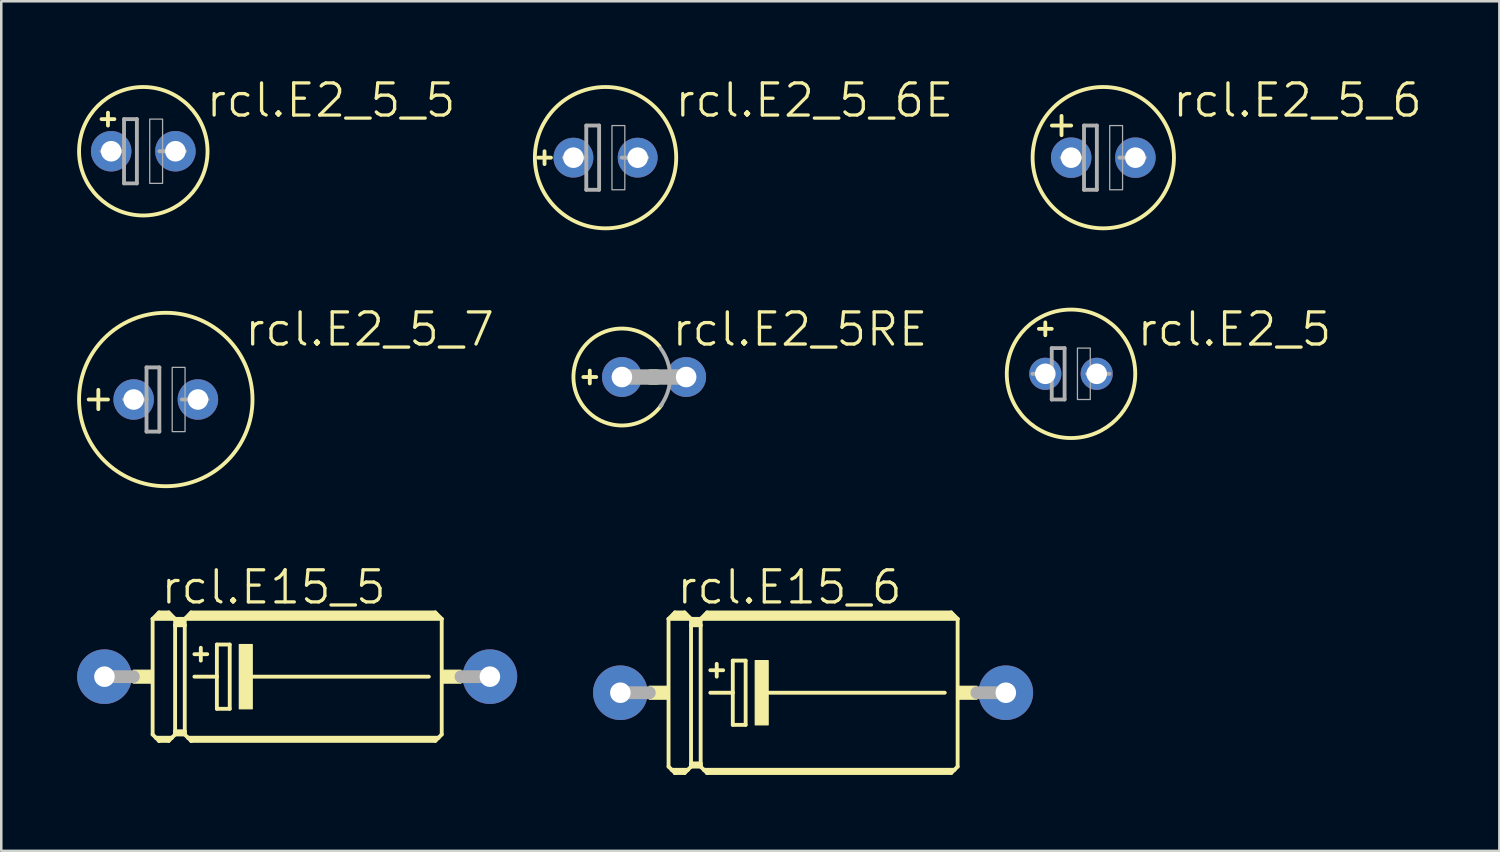
<source format=kicad_pcb>
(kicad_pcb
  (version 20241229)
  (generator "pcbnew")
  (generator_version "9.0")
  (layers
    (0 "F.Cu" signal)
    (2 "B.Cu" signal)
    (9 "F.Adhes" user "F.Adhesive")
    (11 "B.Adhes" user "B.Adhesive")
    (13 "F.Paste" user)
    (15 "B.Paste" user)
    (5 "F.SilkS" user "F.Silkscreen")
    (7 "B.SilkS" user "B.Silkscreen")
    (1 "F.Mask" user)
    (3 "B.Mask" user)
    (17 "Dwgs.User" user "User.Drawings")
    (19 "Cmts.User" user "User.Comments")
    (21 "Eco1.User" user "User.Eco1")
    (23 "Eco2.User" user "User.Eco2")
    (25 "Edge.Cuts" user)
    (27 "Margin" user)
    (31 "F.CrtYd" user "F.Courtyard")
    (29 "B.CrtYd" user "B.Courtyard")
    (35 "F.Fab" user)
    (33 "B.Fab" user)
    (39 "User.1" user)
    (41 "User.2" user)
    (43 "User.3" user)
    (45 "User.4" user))
  (footprint "rcl.E15_6"
    (layer "F.Cu")
    (at 29.099 24.34)
    (property "Reference" "rcl.E15_6" (at -5.461 -3.429 0) (layer "F.SilkS") (effects (font (size 1.27 1.27) (thickness 0.13)) (justify left bottom)))
    (attr through_hole)
    (fp_line (start -5.715 -2.921) (end -4.826 -2.921) (stroke (width 0.152) (type default)) (layer "F.SilkS"))
    (fp_line (start -5.715 2.921) (end -5.715 -2.921) (stroke (width 0.152) (type default)) (layer "F.SilkS"))
    (fp_line (start -5.715 2.921) (end -5.588 3.048) (stroke (width 0.152) (type default)) (layer "F.SilkS"))
    (fp_line (start -5.588 3.048) (end -5.461 3.175) (stroke (width 0.152) (type default)) (layer "F.SilkS"))
    (fp_line (start -5.588 3.048) (end -4.953 3.048) (stroke (width 0.152) (type default)) (layer "F.SilkS"))
    (fp_line (start -5.461 -3.175) (end -5.715 -2.921) (stroke (width 0.152) (type default)) (layer "F.SilkS"))
    (fp_line (start -5.461 -3.175) (end -5.08 -3.175) (stroke (width 0.152) (type default)) (layer "F.SilkS"))
    (fp_line (start -5.461 -3.048) (end -5.08 -3.048) (stroke (width 0.305) (type default)) (layer "F.SilkS"))
    (fp_line (start -5.461 3.124) (end -5.461 3.175) (stroke (width 0.152) (type default)) (layer "F.SilkS"))
    (fp_line (start -5.461 3.175) (end -5.08 3.175) (stroke (width 0.152) (type default)) (layer "F.SilkS"))
    (fp_line (start -5.08 -3.175) (end -4.826 -2.921) (stroke (width 0.152) (type default)) (layer "F.SilkS"))
    (fp_line (start -5.08 3.124) (end -5.461 3.124) (stroke (width 0.152) (type default)) (layer "F.SilkS"))
    (fp_line (start -5.08 3.175) (end -4.953 3.048) (stroke (width 0.152) (type default)) (layer "F.SilkS"))
    (fp_line (start -4.953 3.048) (end -4.826 2.921) (stroke (width 0.152) (type default)) (layer "F.SilkS"))
    (fp_line (start -4.826 -2.921) (end -4.826 -2.667) (stroke (width 0.152) (type default)) (layer "F.SilkS"))
    (fp_line (start -4.826 -2.921) (end -4.445 -2.921) (stroke (width 0.152) (type default)) (layer "F.SilkS"))
    (fp_line (start -4.826 -2.667) (end -4.826 2.794) (stroke (width 0.152) (type default)) (layer "F.SilkS"))
    (fp_line (start -4.826 -2.667) (end -4.445 -2.667) (stroke (width 0.152) (type default)) (layer "F.SilkS"))
    (fp_line (start -4.826 2.794) (end -4.826 2.87) (stroke (width 0.152) (type default)) (layer "F.SilkS"))
    (fp_line (start -4.826 2.794) (end -4.445 2.794) (stroke (width 0.152) (type default)) (layer "F.SilkS"))
    (fp_line (start -4.826 2.87) (end -4.826 2.921) (stroke (width 0.152) (type default)) (layer "F.SilkS"))
    (fp_line (start -4.826 2.921) (end -4.445 2.921) (stroke (width 0.152) (type default)) (layer "F.SilkS"))
    (fp_line (start -4.699 -2.794) (end -4.572 -2.794) (stroke (width 0.305) (type default)) (layer "F.SilkS"))
    (fp_line (start -4.445 -2.921) (end -4.445 -2.667) (stroke (width 0.152) (type default)) (layer "F.SilkS"))
    (fp_line (start -4.445 -2.921) (end -4.191 -3.175) (stroke (width 0.152) (type default)) (layer "F.SilkS"))
    (fp_line (start -4.445 -2.921) (end 5.715 -2.921) (stroke (width 0.152) (type default)) (layer "F.SilkS"))
    (fp_line (start -4.445 -2.667) (end -4.445 2.794) (stroke (width 0.152) (type default)) (layer "F.SilkS"))
    (fp_line (start -4.445 2.794) (end -4.445 2.87) (stroke (width 0.152) (type default)) (layer "F.SilkS"))
    (fp_line (start -4.445 2.87) (end -4.826 2.87) (stroke (width 0.152) (type default)) (layer "F.SilkS"))
    (fp_line (start -4.445 2.87) (end -4.445 2.921) (stroke (width 0.152) (type default)) (layer "F.SilkS"))
    (fp_line (start -4.445 2.921) (end -4.318 3.048) (stroke (width 0.152) (type default)) (layer "F.SilkS"))
    (fp_line (start -4.318 3.048) (end -4.191 3.175) (stroke (width 0.152) (type default)) (layer "F.SilkS"))
    (fp_line (start -4.318 3.048) (end 5.588 3.048) (stroke (width 0.152) (type default)) (layer "F.SilkS"))
    (fp_line (start -4.191 -3.175) (end 5.461 -3.175) (stroke (width 0.152) (type default)) (layer "F.SilkS"))
    (fp_line (start -4.191 -3.048) (end 5.461 -3.048) (stroke (width 0.305) (type default)) (layer "F.SilkS"))
    (fp_line (start -4.191 3.124) (end -4.191 3.175) (stroke (width 0.152) (type default)) (layer "F.SilkS"))
    (fp_line (start -4.191 3.175) (end 5.461 3.175) (stroke (width 0.152) (type default)) (layer "F.SilkS"))
    (fp_line (start -4.064 -0.889) (end -3.556 -0.889) (stroke (width 0.152) (type default)) (layer "F.SilkS"))
    (fp_line (start -4.064 0) (end -3.175 0) (stroke (width 0.152) (type default)) (layer "F.SilkS"))
    (fp_line (start -3.81 -1.143) (end -3.81 -0.635) (stroke (width 0.152) (type default)) (layer "F.SilkS"))
    (fp_line (start -3.175 -1.27) (end -3.175 0) (stroke (width 0.152) (type default)) (layer "F.SilkS"))
    (fp_line (start -3.175 0) (end -3.175 1.27) (stroke (width 0.152) (type default)) (layer "F.SilkS"))
    (fp_line (start -3.175 1.27) (end -2.667 1.27) (stroke (width 0.152) (type default)) (layer "F.SilkS"))
    (fp_line (start -2.667 -1.27) (end -3.175 -1.27) (stroke (width 0.152) (type default)) (layer "F.SilkS"))
    (fp_line (start -2.667 1.27) (end -2.667 -1.27) (stroke (width 0.152) (type default)) (layer "F.SilkS"))
    (fp_line (start -1.905 0) (end 5.207 0) (stroke (width 0.152) (type default)) (layer "F.SilkS"))
    (fp_line (start 5.461 3.124) (end -4.191 3.124) (stroke (width 0.152) (type default)) (layer "F.SilkS"))
    (fp_line (start 5.588 3.048) (end 5.461 3.175) (stroke (width 0.152) (type default)) (layer "F.SilkS"))
    (fp_line (start 5.715 -2.921) (end 5.461 -3.175) (stroke (width 0.152) (type default)) (layer "F.SilkS"))
    (fp_line (start 5.715 -2.921) (end 5.715 2.921) (stroke (width 0.152) (type default)) (layer "F.SilkS"))
    (fp_line (start 5.715 2.921) (end 5.588 3.048) (stroke (width 0.152) (type default)) (layer "F.SilkS"))
    (fp_rect (start -6.477 0.254) (end -5.715 -0.254) (stroke (width 0.05) (type default)) (fill yes) (layer "F.SilkS"))
    (fp_rect (start -2.286 1.27) (end -1.778 -1.27) (stroke (width 0.05) (type default)) (fill yes) (layer "F.SilkS"))
    (fp_rect (start 5.715 0.254) (end 6.477 -0.254) (stroke (width 0.05) (type default)) (fill yes) (layer "F.SilkS"))
    (fp_line (start -7.62 0) (end -6.477 0) (stroke (width 0.508) (type default)) (layer "F.Fab"))
    (fp_line (start 7.62 0) (end 6.477 0) (stroke (width 0.508) (type default)) (layer "F.Fab"))
    (pad "+" thru_hole circle (at -7.62 0) (size 2.159 2.159) (drill 0.813) (layers "*.Cu" "*.Mask"))
    (pad "-" thru_hole circle (at 7.62 0) (size 2.159 2.159) (drill 0.813) (layers "*.Cu" "*.Mask")))
  (footprint "rcl.E2_5_6E"
    (layer "F.Cu")
    (at 20.893 3.184)
    (property "Reference" "rcl.E2_5_6E" (at 2.667 -1.524 0) (layer "F.SilkS") (effects (font (size 1.27 1.27) (thickness 0.13)) (justify left bottom)))
    (attr through_hole)
    (fp_line (start -2.413 0.254) (end -2.413 -0.254) (stroke (width 0.152) (type default)) (layer "F.SilkS"))
    (fp_line (start -2.159 0) (end -2.667 0) (stroke (width 0.152) (type default)) (layer "F.SilkS"))
    (fp_circle (center 0 0) (end 2.794 0) (stroke (width 0.152) (type default)) (fill no) (layer "F.SilkS"))
    (fp_line (start -1.651 0) (end -0.762 0) (stroke (width 0.152) (type default)) (layer "F.Fab"))
    (fp_line (start -0.762 -1.27) (end -0.762 0) (stroke (width 0.152) (type default)) (layer "F.Fab"))
    (fp_line (start -0.762 0) (end -0.762 1.27) (stroke (width 0.152) (type default)) (layer "F.Fab"))
    (fp_line (start -0.762 1.27) (end -0.254 1.27) (stroke (width 0.152) (type default)) (layer "F.Fab"))
    (fp_line (start -0.254 -1.27) (end -0.762 -1.27) (stroke (width 0.152) (type default)) (layer "F.Fab"))
    (fp_line (start -0.254 1.27) (end -0.254 -1.27) (stroke (width 0.152) (type default)) (layer "F.Fab"))
    (fp_line (start 0.635 0) (end 1.651 0) (stroke (width 0.152) (type default)) (layer "F.Fab"))
    (fp_rect (start 0.254 1.27) (end 0.762 -1.27) (stroke (width 0.05) (type default)) (fill no) (layer "F.Fab"))
    (pad "+" thru_hole circle (at -1.27 0) (size 1.575 1.575) (drill 0.813) (layers "*.Cu" "*.Mask"))
    (pad "-" thru_hole circle (at 1.27 0) (size 1.575 1.575) (drill 0.813) (layers "*.Cu" "*.Mask")))
  (footprint "rcl.E2_5_7"
    (layer "F.Cu")
    (at 3.505 12.746)
    (property "Reference" "rcl.E2_5_7" (at 3.048 -2.032 0) (layer "F.SilkS") (effects (font (size 1.27 1.27) (thickness 0.13)) (justify left bottom)))
    (attr through_hole)
    (fp_line (start -3.048 0) (end -2.286 0) (stroke (width 0.152) (type default)) (layer "F.SilkS"))
    (fp_line (start -2.667 0.381) (end -2.667 -0.381) (stroke (width 0.152) (type default)) (layer "F.SilkS"))
    (fp_circle (center 0 0) (end 3.429 0) (stroke (width 0.152) (type default)) (fill no) (layer "F.SilkS"))
    (fp_line (start -1.651 0) (end -0.762 0) (stroke (width 0.152) (type default)) (layer "F.Fab"))
    (fp_line (start -0.762 -1.27) (end -0.762 0) (stroke (width 0.152) (type default)) (layer "F.Fab"))
    (fp_line (start -0.762 0) (end -0.762 1.27) (stroke (width 0.152) (type default)) (layer "F.Fab"))
    (fp_line (start -0.762 1.27) (end -0.254 1.27) (stroke (width 0.152) (type default)) (layer "F.Fab"))
    (fp_line (start -0.254 -1.27) (end -0.762 -1.27) (stroke (width 0.152) (type default)) (layer "F.Fab"))
    (fp_line (start -0.254 1.27) (end -0.254 -1.27) (stroke (width 0.152) (type default)) (layer "F.Fab"))
    (fp_line (start 0.635 0) (end 1.651 0) (stroke (width 0.152) (type default)) (layer "F.Fab"))
    (fp_rect (start 0.254 1.27) (end 0.762 -1.27) (stroke (width 0.05) (type default)) (fill no) (layer "F.Fab"))
    (pad "+" thru_hole circle (at -1.27 0) (size 1.6 1.6) (drill 0.813) (layers "*.Cu" "*.Mask"))
    (pad "-" thru_hole circle (at 1.27 0) (size 1.6 1.6) (drill 0.813) (layers "*.Cu" "*.Mask")))
  (footprint "rcl.E2_5RE"
    (layer "F.Cu")
    (at 22.81 11.857)
    (property "Reference" "rcl.E2_5RE" (at 0.635 -1.143 0) (layer "F.SilkS") (effects (font (size 1.27 1.27) (thickness 0.13)) (justify left bottom)))
    (attr through_hole)
    (fp_line (start -2.794 0) (end -2.286 0) (stroke (width 0.152) (type default)) (layer "F.SilkS"))
    (fp_line (start -2.54 0.254) (end -2.54 -0.254) (stroke (width 0.152) (type default)) (layer "F.SilkS"))
    (fp_line (start -0.127 0) (end 0.076 0) (stroke (width 0.61) (type default)) (layer "F.SilkS"))
    (fp_arc (start 0.299999 1.1) (mid -3.185709 0.070398) (end 0.215028 -1.212266) (stroke (width 0.1524) (type default)) (layer "F.SilkS"))
    (fp_line (start 1.27 0) (end -1.27 0) (stroke (width 0.61) (type default)) (layer "F.Fab"))
    (fp_arc (start 0.254 -1.143) (mid 0.635 0) (end 0.254 1.143) (stroke (width 0.1524) (type default)) (layer "F.Fab"))
    (pad "+" thru_hole circle (at -1.27 0) (size 1.575 1.575) (drill 0.813) (layers "*.Cu" "*.Mask"))
    (pad "-" thru_hole circle (at 1.27 0) (size 1.575 1.575) (drill 0.813) (layers "*.Cu" "*.Mask")))
  (footprint "rcl.E2_5_6"
    (layer "F.Cu")
    (at 40.573 3.184)
    (property "Reference" "rcl.E2_5_6" (at 2.667 -1.524 0) (layer "F.SilkS") (effects (font (size 1.27 1.27) (thickness 0.13)) (justify left bottom)))
    (attr through_hole)
    (fp_line (start -2.032 -1.27) (end -1.651 -1.27) (stroke (width 0.152) (type default)) (layer "F.SilkS"))
    (fp_line (start -1.651 -1.27) (end -1.651 -1.651) (stroke (width 0.152) (type default)) (layer "F.SilkS"))
    (fp_line (start -1.651 -1.27) (end -1.27 -1.27) (stroke (width 0.152) (type default)) (layer "F.SilkS"))
    (fp_line (start -1.651 -0.889) (end -1.651 -1.27) (stroke (width 0.152) (type default)) (layer "F.SilkS"))
    (fp_circle (center 0 0) (end 2.794 0) (stroke (width 0.152) (type default)) (fill no) (layer "F.SilkS"))
    (fp_line (start -1.651 0) (end -0.762 0) (stroke (width 0.152) (type default)) (layer "F.Fab"))
    (fp_line (start -0.762 -1.27) (end -0.762 0) (stroke (width 0.152) (type default)) (layer "F.Fab"))
    (fp_line (start -0.762 0) (end -0.762 1.27) (stroke (width 0.152) (type default)) (layer "F.Fab"))
    (fp_line (start -0.762 1.27) (end -0.254 1.27) (stroke (width 0.152) (type default)) (layer "F.Fab"))
    (fp_line (start -0.254 -1.27) (end -0.762 -1.27) (stroke (width 0.152) (type default)) (layer "F.Fab"))
    (fp_line (start -0.254 1.27) (end -0.254 -1.27) (stroke (width 0.152) (type default)) (layer "F.Fab"))
    (fp_line (start 0.635 0) (end 1.651 0) (stroke (width 0.152) (type default)) (layer "F.Fab"))
    (fp_rect (start 0.254 1.27) (end 0.762 -1.27) (stroke (width 0.05) (type default)) (fill no) (layer "F.Fab"))
    (pad "+" thru_hole circle (at -1.27 0) (size 1.6 1.6) (drill 0.813) (layers "*.Cu" "*.Mask"))
    (pad "-" thru_hole circle (at 1.27 0) (size 1.6 1.6) (drill 0.813) (layers "*.Cu" "*.Mask")))
  (footprint "rcl.E2_5"
    (layer "F.Cu")
    (at 39.297 11.73)
    (property "Reference" "rcl.E2_5" (at 2.54 -1.016 0) (layer "F.SilkS") (effects (font (size 1.27 1.27) (thickness 0.13)) (justify left bottom)))
    (attr through_hole)
    (fp_line (start -1.27 -1.778) (end -0.762 -1.778) (stroke (width 0.152) (type default)) (layer "F.SilkS"))
    (fp_line (start -1.016 -1.524) (end -1.016 -2.032) (stroke (width 0.152) (type default)) (layer "F.SilkS"))
    (fp_circle (center 0 0) (end 2.54 0) (stroke (width 0.152) (type default)) (fill no) (layer "F.SilkS"))
    (fp_line (start -1.524 0) (end -0.762 0) (stroke (width 0.152) (type default)) (layer "F.Fab"))
    (fp_line (start -0.762 -1.016) (end -0.762 0) (stroke (width 0.152) (type default)) (layer "F.Fab"))
    (fp_line (start -0.762 0) (end -0.762 1.016) (stroke (width 0.152) (type default)) (layer "F.Fab"))
    (fp_line (start -0.762 1.016) (end -0.254 1.016) (stroke (width 0.152) (type default)) (layer "F.Fab"))
    (fp_line (start -0.254 -1.016) (end -0.762 -1.016) (stroke (width 0.152) (type default)) (layer "F.Fab"))
    (fp_line (start -0.254 1.016) (end -0.254 -1.016) (stroke (width 0.152) (type default)) (layer "F.Fab"))
    (fp_line (start 0.635 0) (end 1.524 0) (stroke (width 0.152) (type default)) (layer "F.Fab"))
    (fp_rect (start 0.254 1.016) (end 0.762 -1.016) (stroke (width 0.05) (type default)) (fill no) (layer "F.Fab"))
    (pad "+" thru_hole circle (at -1.016 0) (size 1.27 1.27) (drill 0.813) (layers "*.Cu" "*.Mask"))
    (pad "-" thru_hole circle (at 1.016 0) (size 1.27 1.27) (drill 0.813) (layers "*.Cu" "*.Mask")))
  (footprint "rcl.E15_5"
    (layer "F.Cu")
    (at 8.7 23.705)
    (property "Reference" "rcl.E15_5" (at -5.461 -2.794 0) (layer "F.SilkS") (effects (font (size 1.27 1.27) (thickness 0.13)) (justify left bottom)))
    (attr through_hole)
    (fp_line (start -5.715 -2.286) (end -4.826 -2.286) (stroke (width 0.152) (type default)) (layer "F.SilkS"))
    (fp_line (start -5.715 2.286) (end -5.715 -2.286) (stroke (width 0.152) (type default)) (layer "F.SilkS"))
    (fp_line (start -5.715 2.286) (end -5.588 2.413) (stroke (width 0.152) (type default)) (layer "F.SilkS"))
    (fp_line (start -5.588 2.413) (end -5.461 2.54) (stroke (width 0.152) (type default)) (layer "F.SilkS"))
    (fp_line (start -5.588 2.413) (end -4.953 2.413) (stroke (width 0.152) (type default)) (layer "F.SilkS"))
    (fp_line (start -5.461 -2.54) (end -5.715 -2.286) (stroke (width 0.152) (type default)) (layer "F.SilkS"))
    (fp_line (start -5.461 -2.54) (end -5.08 -2.54) (stroke (width 0.152) (type default)) (layer "F.SilkS"))
    (fp_line (start -5.461 -2.413) (end -5.08 -2.413) (stroke (width 0.305) (type default)) (layer "F.SilkS"))
    (fp_line (start -5.461 2.489) (end -5.461 2.54) (stroke (width 0.152) (type default)) (layer "F.SilkS"))
    (fp_line (start -5.461 2.54) (end -5.08 2.54) (stroke (width 0.152) (type default)) (layer "F.SilkS"))
    (fp_line (start -5.08 -2.54) (end -4.826 -2.286) (stroke (width 0.152) (type default)) (layer "F.SilkS"))
    (fp_line (start -5.08 2.489) (end -5.461 2.489) (stroke (width 0.152) (type default)) (layer "F.SilkS"))
    (fp_line (start -5.08 2.54) (end -4.953 2.413) (stroke (width 0.152) (type default)) (layer "F.SilkS"))
    (fp_line (start -4.953 2.413) (end -4.826 2.286) (stroke (width 0.152) (type default)) (layer "F.SilkS"))
    (fp_line (start -4.826 -2.286) (end -4.826 -2.032) (stroke (width 0.152) (type default)) (layer "F.SilkS"))
    (fp_line (start -4.826 -2.286) (end -4.445 -2.286) (stroke (width 0.152) (type default)) (layer "F.SilkS"))
    (fp_line (start -4.826 -2.032) (end -4.826 2.159) (stroke (width 0.152) (type default)) (layer "F.SilkS"))
    (fp_line (start -4.826 -2.032) (end -4.445 -2.032) (stroke (width 0.152) (type default)) (layer "F.SilkS"))
    (fp_line (start -4.826 2.159) (end -4.826 2.235) (stroke (width 0.152) (type default)) (layer "F.SilkS"))
    (fp_line (start -4.826 2.159) (end -4.445 2.159) (stroke (width 0.152) (type default)) (layer "F.SilkS"))
    (fp_line (start -4.826 2.235) (end -4.826 2.286) (stroke (width 0.152) (type default)) (layer "F.SilkS"))
    (fp_line (start -4.826 2.286) (end -4.445 2.286) (stroke (width 0.152) (type default)) (layer "F.SilkS"))
    (fp_line (start -4.699 -2.159) (end -4.572 -2.159) (stroke (width 0.305) (type default)) (layer "F.SilkS"))
    (fp_line (start -4.445 -2.286) (end -4.445 -2.032) (stroke (width 0.152) (type default)) (layer "F.SilkS"))
    (fp_line (start -4.445 -2.286) (end -4.191 -2.54) (stroke (width 0.152) (type default)) (layer "F.SilkS"))
    (fp_line (start -4.445 -2.286) (end 5.715 -2.286) (stroke (width 0.152) (type default)) (layer "F.SilkS"))
    (fp_line (start -4.445 -2.032) (end -4.445 2.159) (stroke (width 0.152) (type default)) (layer "F.SilkS"))
    (fp_line (start -4.445 2.159) (end -4.445 2.235) (stroke (width 0.152) (type default)) (layer "F.SilkS"))
    (fp_line (start -4.445 2.235) (end -4.826 2.235) (stroke (width 0.152) (type default)) (layer "F.SilkS"))
    (fp_line (start -4.445 2.235) (end -4.445 2.286) (stroke (width 0.152) (type default)) (layer "F.SilkS"))
    (fp_line (start -4.445 2.286) (end -4.318 2.413) (stroke (width 0.152) (type default)) (layer "F.SilkS"))
    (fp_line (start -4.318 2.413) (end -4.191 2.54) (stroke (width 0.152) (type default)) (layer "F.SilkS"))
    (fp_line (start -4.318 2.413) (end 5.588 2.413) (stroke (width 0.152) (type default)) (layer "F.SilkS"))
    (fp_line (start -4.191 -2.54) (end 5.461 -2.54) (stroke (width 0.152) (type default)) (layer "F.SilkS"))
    (fp_line (start -4.191 -2.413) (end 5.461 -2.413) (stroke (width 0.305) (type default)) (layer "F.SilkS"))
    (fp_line (start -4.191 2.489) (end -4.191 2.54) (stroke (width 0.152) (type default)) (layer "F.SilkS"))
    (fp_line (start -4.191 2.54) (end 5.461 2.54) (stroke (width 0.152) (type default)) (layer "F.SilkS"))
    (fp_line (start -4.064 -0.889) (end -3.556 -0.889) (stroke (width 0.152) (type default)) (layer "F.SilkS"))
    (fp_line (start -4.064 0) (end -3.175 0) (stroke (width 0.152) (type default)) (layer "F.SilkS"))
    (fp_line (start -3.81 -1.143) (end -3.81 -0.635) (stroke (width 0.152) (type default)) (layer "F.SilkS"))
    (fp_line (start -3.175 -1.27) (end -3.175 0) (stroke (width 0.152) (type default)) (layer "F.SilkS"))
    (fp_line (start -3.175 0) (end -3.175 1.27) (stroke (width 0.152) (type default)) (layer "F.SilkS"))
    (fp_line (start -3.175 1.27) (end -2.667 1.27) (stroke (width 0.152) (type default)) (layer "F.SilkS"))
    (fp_line (start -2.667 -1.27) (end -3.175 -1.27) (stroke (width 0.152) (type default)) (layer "F.SilkS"))
    (fp_line (start -2.667 1.27) (end -2.667 -1.27) (stroke (width 0.152) (type default)) (layer "F.SilkS"))
    (fp_line (start -1.905 0) (end 5.207 0) (stroke (width 0.152) (type default)) (layer "F.SilkS"))
    (fp_line (start 5.461 2.489) (end -4.191 2.489) (stroke (width 0.152) (type default)) (layer "F.SilkS"))
    (fp_line (start 5.588 2.413) (end 5.461 2.54) (stroke (width 0.152) (type default)) (layer "F.SilkS"))
    (fp_line (start 5.715 -2.286) (end 5.461 -2.54) (stroke (width 0.152) (type default)) (layer "F.SilkS"))
    (fp_line (start 5.715 -2.286) (end 5.715 2.286) (stroke (width 0.152) (type default)) (layer "F.SilkS"))
    (fp_line (start 5.715 2.286) (end 5.588 2.413) (stroke (width 0.152) (type default)) (layer "F.SilkS"))
    (fp_rect (start -6.477 0.254) (end -5.715 -0.254) (stroke (width 0.05) (type default)) (fill yes) (layer "F.SilkS"))
    (fp_rect (start -2.286 1.27) (end -1.778 -1.27) (stroke (width 0.05) (type default)) (fill yes) (layer "F.SilkS"))
    (fp_rect (start 5.715 0.254) (end 6.477 -0.254) (stroke (width 0.05) (type default)) (fill yes) (layer "F.SilkS"))
    (fp_line (start -7.62 0) (end -6.477 0) (stroke (width 0.508) (type default)) (layer "F.Fab"))
    (fp_line (start 7.62 0) (end 6.477 0) (stroke (width 0.508) (type default)) (layer "F.Fab"))
    (pad "+" thru_hole circle (at -7.62 0) (size 2.159 2.159) (drill 0.813) (layers "*.Cu" "*.Mask"))
    (pad "-" thru_hole circle (at 7.62 0) (size 2.159 2.159) (drill 0.813) (layers "*.Cu" "*.Mask")))
  (footprint "rcl.E2_5_5"
    (layer "F.Cu")
    (at 2.616 2.93)
    (property "Reference" "rcl.E2_5_5" (at 2.413 -1.27 0) (layer "F.SilkS") (effects (font (size 1.27 1.27) (thickness 0.13)) (justify left bottom)))
    (attr through_hole)
    (fp_line (start -1.651 -1.27) (end -1.397 -1.27) (stroke (width 0.152) (type default)) (layer "F.SilkS"))
    (fp_line (start -1.397 -1.27) (end -1.397 -1.524) (stroke (width 0.152) (type default)) (layer "F.SilkS"))
    (fp_line (start -1.397 -1.27) (end -1.143 -1.27) (stroke (width 0.152) (type default)) (layer "F.SilkS"))
    (fp_line (start -1.397 -1.016) (end -1.397 -1.27) (stroke (width 0.152) (type default)) (layer "F.SilkS"))
    (fp_circle (center 0 0) (end 2.54 0) (stroke (width 0.152) (type default)) (fill no) (layer "F.SilkS"))
    (fp_line (start -1.651 0) (end -0.762 0) (stroke (width 0.152) (type default)) (layer "F.Fab"))
    (fp_line (start -0.762 -1.27) (end -0.762 0) (stroke (width 0.152) (type default)) (layer "F.Fab"))
    (fp_line (start -0.762 0) (end -0.762 1.27) (stroke (width 0.152) (type default)) (layer "F.Fab"))
    (fp_line (start -0.762 1.27) (end -0.254 1.27) (stroke (width 0.152) (type default)) (layer "F.Fab"))
    (fp_line (start -0.254 -1.27) (end -0.762 -1.27) (stroke (width 0.152) (type default)) (layer "F.Fab"))
    (fp_line (start -0.254 1.27) (end -0.254 -1.27) (stroke (width 0.152) (type default)) (layer "F.Fab"))
    (fp_line (start 0.635 0) (end 1.651 0) (stroke (width 0.152) (type default)) (layer "F.Fab"))
    (fp_rect (start 0.254 1.27) (end 0.762 -1.27) (stroke (width 0.05) (type default)) (fill no) (layer "F.Fab"))
    (pad "+" thru_hole circle (at -1.27 0) (size 1.6 1.6) (drill 0.813) (layers "*.Cu" "*.Mask"))
    (pad "-" thru_hole circle (at 1.27 0) (size 1.6 1.6) (drill 0.813) (layers "*.Cu" "*.Mask")))
  (gr_rect
    (start -3 -3)
    (end 56.234 30.592)
    (stroke (width 0.1) (type default))
    (fill no)
    (layer "Edge.Cuts")))
</source>
